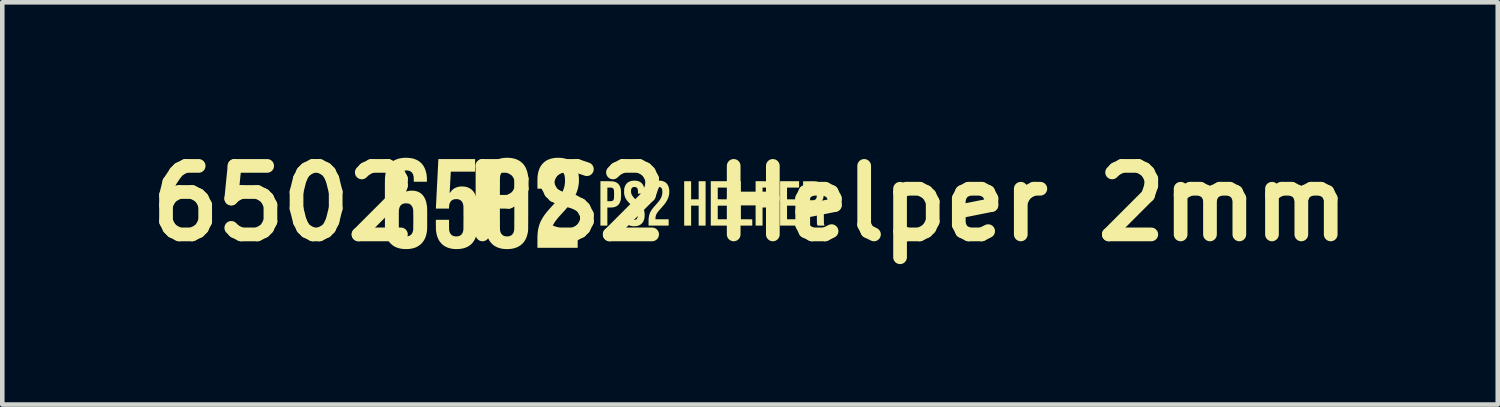
<source format=kicad_pcb>
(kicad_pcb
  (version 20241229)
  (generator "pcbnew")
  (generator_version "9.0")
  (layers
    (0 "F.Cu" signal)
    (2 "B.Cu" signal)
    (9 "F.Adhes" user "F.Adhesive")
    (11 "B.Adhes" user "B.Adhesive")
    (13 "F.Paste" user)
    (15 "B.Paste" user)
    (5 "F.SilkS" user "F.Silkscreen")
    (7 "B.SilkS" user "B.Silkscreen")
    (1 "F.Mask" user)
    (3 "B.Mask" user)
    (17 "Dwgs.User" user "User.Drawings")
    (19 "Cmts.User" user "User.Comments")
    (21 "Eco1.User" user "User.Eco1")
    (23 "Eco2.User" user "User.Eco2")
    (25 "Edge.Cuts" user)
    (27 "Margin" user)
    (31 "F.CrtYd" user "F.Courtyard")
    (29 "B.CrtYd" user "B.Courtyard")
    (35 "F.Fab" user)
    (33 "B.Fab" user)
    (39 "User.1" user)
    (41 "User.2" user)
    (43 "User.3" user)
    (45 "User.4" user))
  (footprint "6502 PS2 Helper 2mm"
    (layer "F.Cu")
    (at 13.371 1.404)
    (property "Reference" "6502 PS2 Helper 2mm" (at 0 0 0) (layer "F.SilkS") (effects (font (size 1.5 1.5) (thickness 0.3))))
    (attr board_only exclude_from_pos_files exclude_from_bom)
    (fp_poly (pts (xy -0.202 -0.069) (xy -0.202 0.347) (xy -0.077 0.347) (xy 0.049 0.348) (xy 0.05 0.417) (xy 0.05 0.486) (xy -0.152 0.486) (xy -0.354 0.486) (xy -0.354 -0.000001) (xy -0.354 -0.486) (xy -0.278 -0.486) (xy -0.202 -0.486)) (stroke (width 0) (type solid)) (fill yes) (layer "F.SilkS"))
    (fp_poly (pts (xy -1.289 -0.288) (xy -1.289 -0.09) (xy -1.206 -0.09) (xy -1.124 -0.09) (xy -1.124 -0.288) (xy -1.124 -0.486) (xy -1.048 -0.486) (xy -0.972 -0.486) (xy -0.972 -0.000001) (xy -0.972 0.486) (xy -1.048 0.486) (xy -1.124 0.486) (xy -1.124 0.267) (xy -1.124 0.049) (xy -1.206 0.049) (xy -1.289 0.049) (xy -1.289 0.267) (xy -1.289 0.486) (xy -1.365 0.486) (xy -1.441 0.486) (xy -1.441 -0.000001) (xy -1.441 -0.486) (xy -1.365 -0.486) (xy -1.289 -0.486)) (stroke (width 0) (type solid)) (fill yes) (layer "F.SilkS"))
    (fp_poly (pts (xy -0.442 -0.416) (xy -0.442 -0.347) (xy -0.574 -0.347) (xy -0.706 -0.347) (xy -0.706 -0.219) (xy -0.706 -0.091) (xy -0.601 -0.09) (xy -0.497 -0.09) (xy -0.497 -0.02) (xy -0.497 0.049) (xy -0.602 0.049) (xy -0.706 0.049) (xy -0.706 0.198) (xy -0.706 0.347) (xy -0.574 0.347) (xy -0.442 0.347) (xy -0.442 0.416) (xy -0.442 0.486) (xy -0.651 0.486) (xy -0.859 0.486) (xy -0.859 -0.000001) (xy -0.859 -0.486) (xy -0.651 -0.486) (xy -0.442 -0.486)) (stroke (width 0) (type solid)) (fill yes) (layer "F.SilkS"))
    (fp_poly (pts (xy 1.075 -0.416) (xy 1.075 -0.347) (xy 0.943 -0.347) (xy 0.811 -0.347) (xy 0.811 -0.218) (xy 0.811 -0.09) (xy 0.916 -0.09) (xy 1.021 -0.09) (xy 1.021 -0.021) (xy 1.02 0.048) (xy 0.916 0.049) (xy 0.811 0.049) (xy 0.811 0.198) (xy 0.811 0.347) (xy 0.943 0.347) (xy 1.075 0.347) (xy 1.075 0.416) (xy 1.075 0.486) (xy 0.867 0.486) (xy 0.659 0.486) (xy 0.659 -0.000001) (xy 0.659 -0.486) (xy 0.867 -0.486) (xy 1.075 -0.486)) (stroke (width 0) (type solid)) (fill yes) (layer "F.SilkS"))
    (fp_poly (pts (xy -3.127 -0.486) (xy -3.105 -0.486) (xy -3.087 -0.486) (xy -3.07 -0.485) (xy -3.057 -0.485) (xy -3.045 -0.485) (xy -3.035 -0.485) (xy -3.027 -0.484) (xy -3.02 -0.484) (xy -3.014 -0.484) (xy -3.009 -0.483) (xy -3.008 -0.483) (xy -2.98 -0.478) (xy -2.954 -0.471) (xy -2.931 -0.461) (xy -2.91 -0.449) (xy -2.891 -0.435) (xy -2.875 -0.418) (xy -2.861 -0.398) (xy -2.849 -0.376) (xy -2.839 -0.352) (xy -2.832 -0.324) (xy -2.829 -0.313) (xy -2.828 -0.301) (xy -2.826 -0.287) (xy -2.825 -0.27) (xy -2.824 -0.251) (xy -2.824 -0.231) (xy -2.823 -0.21) (xy -2.823 -0.189) (xy -2.824 -0.168) (xy -2.824 -0.147) (xy -2.825 -0.128) (xy -2.826 -0.111) (xy -2.827 -0.096) (xy -2.829 -0.084) (xy -2.829 -0.083) (xy -2.836 -0.055) (xy -2.845 -0.029) (xy -2.856 -0.006) (xy -2.869 0.014) (xy -2.884 0.032) (xy -2.902 0.048) (xy -2.922 0.061) (xy -2.944 0.072) (xy -2.969 0.08) (xy -2.971 0.08) (xy -2.983 0.083) (xy -2.994 0.085) (xy -3.005 0.087) (xy -3.018 0.088) (xy -3.032 0.089) (xy -3.048 0.089) (xy -3.067 0.09) (xy -3.075 0.09) (xy -3.123 0.09) (xy -3.123 0.288) (xy -3.123 0.486) (xy -3.199 0.486) (xy -3.275 0.486) (xy -3.275 -0.000001) (xy -3.275 -0.198) (xy -3.123 -0.198) (xy -3.123 -0.049) (xy -3.079 -0.049) (xy -3.063 -0.049) (xy -3.051 -0.049) (xy -3.041 -0.05) (xy -3.033 -0.05) (xy -3.028 -0.051) (xy -3.027 -0.051) (xy -3.013 -0.056) (xy -3.002 -0.063) (xy -2.993 -0.072) (xy -2.986 -0.083) (xy -2.981 -0.098) (xy -2.979 -0.104) (xy -2.979 -0.108) (xy -2.978 -0.112) (xy -2.978 -0.116) (xy -2.977 -0.122) (xy -2.977 -0.128) (xy -2.977 -0.137) (xy -2.977 -0.147) (xy -2.976 -0.16) (xy -2.976 -0.176) (xy -2.976 -0.194) (xy -2.976 -0.198) (xy -2.976 -0.217) (xy -2.976 -0.233) (xy -2.977 -0.246) (xy -2.977 -0.257) (xy -2.977 -0.266) (xy -2.977 -0.273) (xy -2.978 -0.279) (xy -2.978 -0.284) (xy -2.979 -0.287) (xy -2.979 -0.291) (xy -2.979 -0.292) (xy -2.984 -0.307) (xy -2.99 -0.319) (xy -2.997 -0.329) (xy -3.007 -0.336) (xy -3.01 -0.338) (xy -3.015 -0.341) (xy -3.021 -0.343) (xy -3.026 -0.344) (xy -3.032 -0.345) (xy -3.039 -0.346) (xy -3.048 -0.346) (xy -3.059 -0.347) (xy -3.072 -0.347) (xy -3.079 -0.347) (xy -3.123 -0.347) (xy -3.123 -0.198) (xy -3.275 -0.198) (xy -3.275 -0.486) (xy -3.152 -0.486)) (stroke (width 0) (type solid)) (fill yes) (layer "F.SilkS"))
    (fp_poly (pts (xy 0.273 -0.486) (xy 0.297 -0.486) (xy 0.317 -0.485) (xy 0.335 -0.485) (xy 0.351 -0.485) (xy 0.364 -0.485) (xy 0.376 -0.484) (xy 0.386 -0.483) (xy 0.395 -0.483) (xy 0.403 -0.482) (xy 0.411 -0.481) (xy 0.417 -0.479) (xy 0.424 -0.478) (xy 0.431 -0.476) (xy 0.438 -0.473) (xy 0.44 -0.473) (xy 0.463 -0.464) (xy 0.484 -0.453) (xy 0.503 -0.439) (xy 0.515 -0.427) (xy 0.529 -0.411) (xy 0.541 -0.394) (xy 0.551 -0.376) (xy 0.559 -0.356) (xy 0.565 -0.333) (xy 0.57 -0.308) (xy 0.571 -0.308) (xy 0.571 -0.304) (xy 0.572 -0.299) (xy 0.572 -0.295) (xy 0.573 -0.289) (xy 0.573 -0.282) (xy 0.573 -0.274) (xy 0.573 -0.264) (xy 0.573 -0.252) (xy 0.574 -0.238) (xy 0.574 -0.221) (xy 0.574 -0.2) (xy 0.574 -0.198) (xy 0.574 -0.176) (xy 0.574 -0.158) (xy 0.573 -0.142) (xy 0.573 -0.128) (xy 0.573 -0.116) (xy 0.572 -0.106) (xy 0.572 -0.098) (xy 0.571 -0.09) (xy 0.57 -0.083) (xy 0.569 -0.077) (xy 0.567 -0.07) (xy 0.565 -0.063) (xy 0.564 -0.058) (xy 0.556 -0.032) (xy 0.545 -0.009) (xy 0.532 0.012) (xy 0.517 0.03) (xy 0.499 0.046) (xy 0.479 0.059) (xy 0.457 0.07) (xy 0.432 0.079) (xy 0.405 0.086) (xy 0.4 0.086) (xy 0.393 0.087) (xy 0.385 0.088) (xy 0.375 0.088) (xy 0.362 0.089) (xy 0.347 0.089) (xy 0.333 0.089) (xy 0.275 0.09) (xy 0.275 0.288) (xy 0.275 0.486) (xy 0.199 0.486) (xy 0.123 0.486) (xy 0.123 -0.000001) (xy 0.123 -0.198) (xy 0.275 -0.198) (xy 0.275 -0.049) (xy 0.319 -0.049) (xy 0.335 -0.049) (xy 0.348 -0.049) (xy 0.357 -0.05) (xy 0.365 -0.05) (xy 0.37 -0.051) (xy 0.373 -0.051) (xy 0.386 -0.056) (xy 0.397 -0.063) (xy 0.406 -0.073) (xy 0.413 -0.084) (xy 0.418 -0.099) (xy 0.42 -0.106) (xy 0.42 -0.111) (xy 0.421 -0.119) (xy 0.421 -0.13) (xy 0.422 -0.143) (xy 0.422 -0.157) (xy 0.422 -0.173) (xy 0.422 -0.189) (xy 0.422 -0.206) (xy 0.422 -0.222) (xy 0.422 -0.237) (xy 0.422 -0.252) (xy 0.421 -0.265) (xy 0.421 -0.276) (xy 0.42 -0.284) (xy 0.42 -0.29) (xy 0.42 -0.29) (xy 0.416 -0.306) (xy 0.41 -0.318) (xy 0.402 -0.328) (xy 0.392 -0.336) (xy 0.39 -0.337) (xy 0.385 -0.34) (xy 0.38 -0.342) (xy 0.375 -0.344) (xy 0.369 -0.345) (xy 0.362 -0.346) (xy 0.353 -0.346) (xy 0.342 -0.347) (xy 0.329 -0.347) (xy 0.319 -0.347) (xy 0.275 -0.347) (xy 0.275 -0.198) (xy 0.123 -0.198) (xy 0.123 -0.486) (xy 0.247 -0.486)) (stroke (width 0) (type solid)) (fill yes) (layer "F.SilkS"))
    (fp_poly (pts (xy -1.972 -0.499) (xy -1.96 -0.498) (xy -1.956 -0.498) (xy -1.927 -0.493) (xy -1.901 -0.485) (xy -1.878 -0.476) (xy -1.856 -0.464) (xy -1.837 -0.449) (xy -1.82 -0.432) (xy -1.808 -0.415) (xy -1.796 -0.396) (xy -1.786 -0.374) (xy -1.779 -0.351) (xy -1.773 -0.326) (xy -1.769 -0.299) (xy -1.767 -0.281) (xy -1.767 -0.246) (xy -1.769 -0.211) (xy -1.775 -0.177) (xy -1.784 -0.143) (xy -1.796 -0.11) (xy -1.812 -0.076) (xy -1.831 -0.043) (xy -1.839 -0.03) (xy -1.849 -0.015) (xy -1.859 -0.00035) (xy -1.871 0.015) (xy -1.884 0.031) (xy -1.898 0.048) (xy -1.914 0.066) (xy -1.931 0.087) (xy -1.951 0.108) (xy -1.971 0.131) (xy -1.989 0.151) (xy -2.004 0.169) (xy -2.018 0.187) (xy -2.029 0.203) (xy -2.039 0.217) (xy -2.047 0.232) (xy -2.054 0.246) (xy -2.059 0.259) (xy -2.063 0.273) (xy -2.066 0.287) (xy -2.068 0.302) (xy -2.069 0.317) (xy -2.07 0.324) (xy -2.071 0.347) (xy -1.926 0.347) (xy -1.781 0.347) (xy -1.781 0.416) (xy -1.781 0.486) (xy -2.001 0.486) (xy -2.221 0.486) (xy -2.221 0.422) (xy -2.221 0.399) (xy -2.221 0.38) (xy -2.22 0.363) (xy -2.22 0.348) (xy -2.219 0.335) (xy -2.218 0.323) (xy -2.217 0.311) (xy -2.215 0.3) (xy -2.214 0.293) (xy -2.209 0.266) (xy -2.201 0.239) (xy -2.193 0.214) (xy -2.182 0.19) (xy -2.168 0.165) (xy -2.153 0.14) (xy -2.134 0.115) (xy -2.127 0.105) (xy -2.122 0.099) (xy -2.117 0.093) (xy -2.112 0.086) (xy -2.106 0.08) (xy -2.099 0.072) (xy -2.091 0.063) (xy -2.082 0.053) (xy -2.071 0.041) (xy -2.059 0.027) (xy -2.055 0.022) (xy -2.031 -0.005) (xy -2.01 -0.03) (xy -1.991 -0.054) (xy -1.975 -0.076) (xy -1.962 -0.098) (xy -1.95 -0.12) (xy -1.94 -0.14) (xy -1.933 -0.161) (xy -1.927 -0.182) (xy -1.923 -0.203) (xy -1.92 -0.225) (xy -1.92 -0.227) (xy -1.919 -0.24) (xy -1.919 -0.255) (xy -1.92 -0.27) (xy -1.921 -0.285) (xy -1.923 -0.298) (xy -1.924 -0.304) (xy -1.929 -0.32) (xy -1.937 -0.333) (xy -1.946 -0.344) (xy -1.958 -0.352) (xy -1.972 -0.358) (xy -1.984 -0.36) (xy -2.003 -0.361) (xy -2.019 -0.359) (xy -2.034 -0.354) (xy -2.046 -0.347) (xy -2.057 -0.337) (xy -2.065 -0.325) (xy -2.07 -0.313) (xy -2.072 -0.307) (xy -2.073 -0.3) (xy -2.075 -0.293) (xy -2.075 -0.284) (xy -2.076 -0.273) (xy -2.077 -0.26) (xy -2.077 -0.245) (xy -2.077 -0.227) (xy -2.077 -0.218) (xy -2.077 -0.161) (xy -2.149 -0.161) (xy -2.221 -0.161) (xy -2.221 -0.22) (xy -2.221 -0.243) (xy -2.22 -0.264) (xy -2.22 -0.283) (xy -2.218 -0.299) (xy -2.217 -0.313) (xy -2.215 -0.327) (xy -2.212 -0.34) (xy -2.208 -0.352) (xy -2.205 -0.364) (xy -2.204 -0.367) (xy -2.193 -0.391) (xy -2.181 -0.413) (xy -2.166 -0.433) (xy -2.148 -0.45) (xy -2.129 -0.465) (xy -2.107 -0.477) (xy -2.083 -0.487) (xy -2.056 -0.494) (xy -2.049 -0.495) (xy -2.039 -0.496) (xy -2.027 -0.498) (xy -2.014 -0.498) (xy -1.999 -0.499) (xy -1.985 -0.499)) (stroke (width 0) (type solid)) (fill yes) (layer "F.SilkS"))
    (fp_poly (pts (xy -2.502 -0.498) (xy -2.478 -0.495) (xy -2.457 -0.491) (xy -2.433 -0.483) (xy -2.41 -0.472) (xy -2.39 -0.459) (xy -2.372 -0.443) (xy -2.356 -0.425) (xy -2.342 -0.404) (xy -2.331 -0.381) (xy -2.322 -0.355) (xy -2.32 -0.348) (xy -2.317 -0.335) (xy -2.314 -0.322) (xy -2.312 -0.309) (xy -2.311 -0.295) (xy -2.31 -0.278) (xy -2.309 -0.259) (xy -2.309 -0.256) (xy -2.308 -0.215) (xy -2.381 -0.215) (xy -2.453 -0.215) (xy -2.453 -0.245) (xy -2.453 -0.263) (xy -2.454 -0.278) (xy -2.455 -0.291) (xy -2.457 -0.303) (xy -2.459 -0.313) (xy -2.46 -0.314) (xy -2.465 -0.328) (xy -2.474 -0.339) (xy -2.484 -0.349) (xy -2.497 -0.355) (xy -2.512 -0.359) (xy -2.529 -0.361) (xy -2.53 -0.361) (xy -2.538 -0.36) (xy -2.545 -0.36) (xy -2.551 -0.359) (xy -2.553 -0.359) (xy -2.567 -0.353) (xy -2.578 -0.346) (xy -2.588 -0.336) (xy -2.595 -0.323) (xy -2.601 -0.308) (xy -2.604 -0.29) (xy -2.605 -0.269) (xy -2.605 -0.268) (xy -2.605 -0.251) (xy -2.603 -0.236) (xy -2.6 -0.22) (xy -2.595 -0.205) (xy -2.588 -0.19) (xy -2.58 -0.175) (xy -2.57 -0.16) (xy -2.558 -0.144) (xy -2.543 -0.127) (xy -2.527 -0.109) (xy -2.507 -0.089) (xy -2.485 -0.069) (xy -2.472 -0.057) (xy -2.447 -0.033) (xy -2.424 -0.011) (xy -2.404 0.01) (xy -2.387 0.029) (xy -2.371 0.049) (xy -2.358 0.067) (xy -2.347 0.086) (xy -2.337 0.104) (xy -2.329 0.123) (xy -2.322 0.142) (xy -2.317 0.159) (xy -2.312 0.187) (xy -2.308 0.216) (xy -2.307 0.247) (xy -2.307 0.277) (xy -2.31 0.307) (xy -2.315 0.335) (xy -2.317 0.346) (xy -2.326 0.372) (xy -2.337 0.396) (xy -2.35 0.417) (xy -2.366 0.436) (xy -2.384 0.453) (xy -2.404 0.467) (xy -2.427 0.479) (xy -2.452 0.488) (xy -2.476 0.494) (xy -2.486 0.496) (xy -2.499 0.497) (xy -2.513 0.498) (xy -2.528 0.499) (xy -2.543 0.499) (xy -2.557 0.499) (xy -2.57 0.498) (xy -2.58 0.497) (xy -2.581 0.497) (xy -2.609 0.491) (xy -2.635 0.483) (xy -2.658 0.472) (xy -2.678 0.459) (xy -2.697 0.444) (xy -2.713 0.426) (xy -2.727 0.405) (xy -2.738 0.383) (xy -2.747 0.357) (xy -2.754 0.33) (xy -2.756 0.317) (xy -2.758 0.305) (xy -2.759 0.293) (xy -2.76 0.279) (xy -2.76 0.264) (xy -2.761 0.247) (xy -2.761 0.239) (xy -2.761 0.2) (xy -2.689 0.2) (xy -2.617 0.2) (xy -2.617 0.241) (xy -2.617 0.258) (xy -2.616 0.272) (xy -2.615 0.284) (xy -2.614 0.295) (xy -2.613 0.303) (xy -2.611 0.311) (xy -2.609 0.316) (xy -2.602 0.33) (xy -2.593 0.341) (xy -2.583 0.35) (xy -2.57 0.356) (xy -2.554 0.36) (xy -2.538 0.361) (xy -2.521 0.36) (xy -2.507 0.356) (xy -2.495 0.351) (xy -2.485 0.344) (xy -2.48 0.34) (xy -2.473 0.331) (xy -2.468 0.32) (xy -2.464 0.308) (xy -2.461 0.294) (xy -2.459 0.277) (xy -2.459 0.262) (xy -2.46 0.239) (xy -2.463 0.217) (xy -2.468 0.197) (xy -2.476 0.177) (xy -2.478 0.172) (xy -2.484 0.16) (xy -2.491 0.149) (xy -2.499 0.137) (xy -2.509 0.125) (xy -2.52 0.112) (xy -2.533 0.098) (xy -2.548 0.082) (xy -2.566 0.065) (xy -2.586 0.047) (xy -2.597 0.037) (xy -2.622 0.013) (xy -2.645 -0.01) (xy -2.665 -0.031) (xy -2.683 -0.052) (xy -2.698 -0.072) (xy -2.712 -0.092) (xy -2.723 -0.111) (xy -2.733 -0.131) (xy -2.74 -0.152) (xy -2.747 -0.173) (xy -2.752 -0.193) (xy -2.753 -0.199) (xy -2.754 -0.205) (xy -2.755 -0.211) (xy -2.756 -0.217) (xy -2.756 -0.224) (xy -2.756 -0.232) (xy -2.756 -0.242) (xy -2.756 -0.255) (xy -2.756 -0.259) (xy -2.756 -0.277) (xy -2.756 -0.293) (xy -2.755 -0.307) (xy -2.754 -0.319) (xy -2.752 -0.33) (xy -2.749 -0.342) (xy -2.745 -0.353) (xy -2.743 -0.362) (xy -2.733 -0.387) (xy -2.72 -0.409) (xy -2.706 -0.429) (xy -2.689 -0.447) (xy -2.67 -0.462) (xy -2.648 -0.475) (xy -2.624 -0.485) (xy -2.599 -0.492) (xy -2.577 -0.496) (xy -2.552 -0.499) (xy -2.527 -0.499)) (stroke (width 0) (type solid)) (fill yes) (layer "F.SilkS"))
    (fp_poly (pts (xy 1.298 -0.485) (xy 1.324 -0.485) (xy 1.346 -0.485) (xy 1.366 -0.485) (xy 1.383 -0.485) (xy 1.397 -0.484) (xy 1.41 -0.484) (xy 1.421 -0.484) (xy 1.43 -0.483) (xy 1.438 -0.483) (xy 1.445 -0.482) (xy 1.451 -0.482) (xy 1.456 -0.481) (xy 1.462 -0.48) (xy 1.467 -0.478) (xy 1.473 -0.477) (xy 1.479 -0.475) (xy 1.503 -0.467) (xy 1.525 -0.457) (xy 1.544 -0.445) (xy 1.56 -0.431) (xy 1.575 -0.414) (xy 1.587 -0.394) (xy 1.591 -0.385) (xy 1.598 -0.37) (xy 1.603 -0.354) (xy 1.607 -0.336) (xy 1.611 -0.317) (xy 1.613 -0.296) (xy 1.614 -0.273) (xy 1.615 -0.246) (xy 1.615 -0.236) (xy 1.615 -0.208) (xy 1.614 -0.183) (xy 1.612 -0.16) (xy 1.609 -0.14) (xy 1.605 -0.122) (xy 1.601 -0.105) (xy 1.595 -0.091) (xy 1.588 -0.077) (xy 1.58 -0.064) (xy 1.579 -0.063) (xy 1.57 -0.051) (xy 1.558 -0.039) (xy 1.545 -0.028) (xy 1.531 -0.019) (xy 1.522 -0.015) (xy 1.518 -0.012) (xy 1.516 -0.01) (xy 1.516 -0.01) (xy 1.517 -0.009) (xy 1.521 -0.006) (xy 1.527 -0.004) (xy 1.529 -0.003) (xy 1.546 0.006) (xy 1.561 0.017) (xy 1.574 0.029) (xy 1.585 0.044) (xy 1.594 0.062) (xy 1.601 0.082) (xy 1.606 0.099) (xy 1.607 0.106) (xy 1.609 0.112) (xy 1.61 0.119) (xy 1.611 0.125) (xy 1.612 0.132) (xy 1.613 0.14) (xy 1.614 0.148) (xy 1.614 0.158) (xy 1.615 0.169) (xy 1.615 0.182) (xy 1.615 0.197) (xy 1.616 0.214) (xy 1.616 0.233) (xy 1.616 0.256) (xy 1.617 0.281) (xy 1.617 0.297) (xy 1.617 0.322) (xy 1.617 0.344) (xy 1.617 0.363) (xy 1.618 0.379) (xy 1.618 0.393) (xy 1.618 0.405) (xy 1.618 0.415) (xy 1.619 0.423) (xy 1.619 0.429) (xy 1.619 0.435) (xy 1.62 0.439) (xy 1.62 0.443) (xy 1.621 0.446) (xy 1.621 0.449) (xy 1.621 0.451) (xy 1.623 0.459) (xy 1.626 0.467) (xy 1.628 0.474) (xy 1.628 0.475) (xy 1.63 0.48) (xy 1.632 0.484) (xy 1.632 0.485) (xy 1.63 0.485) (xy 1.626 0.485) (xy 1.618 0.485) (xy 1.609 0.485) (xy 1.597 0.486) (xy 1.583 0.486) (xy 1.568 0.486) (xy 1.555 0.486) (xy 1.478 0.486) (xy 1.476 0.481) (xy 1.475 0.477) (xy 1.473 0.471) (xy 1.471 0.464) (xy 1.47 0.459) (xy 1.466 0.441) (xy 1.464 0.299) (xy 1.464 0.272) (xy 1.464 0.249) (xy 1.464 0.228) (xy 1.463 0.211) (xy 1.463 0.196) (xy 1.463 0.183) (xy 1.463 0.172) (xy 1.462 0.164) (xy 1.462 0.157) (xy 1.462 0.151) (xy 1.461 0.147) (xy 1.461 0.143) (xy 1.461 0.143) (xy 1.457 0.126) (xy 1.451 0.111) (xy 1.445 0.1) (xy 1.437 0.09) (xy 1.427 0.083) (xy 1.414 0.077) (xy 1.408 0.074) (xy 1.404 0.073) (xy 1.4 0.072) (xy 1.395 0.071) (xy 1.389 0.071) (xy 1.382 0.07) (xy 1.372 0.07) (xy 1.36 0.07) (xy 1.356 0.07) (xy 1.316 0.069) (xy 1.316 0.277) (xy 1.316 0.486) (xy 1.239 0.486) (xy 1.163 0.486) (xy 1.163 -0.000085) (xy 1.163 -0.208) (xy 1.316 -0.208) (xy 1.316 -0.069) (xy 1.356 -0.07) (xy 1.37 -0.07) (xy 1.381 -0.071) (xy 1.389 -0.071) (xy 1.396 -0.072) (xy 1.401 -0.072) (xy 1.405 -0.073) (xy 1.405 -0.074) (xy 1.42 -0.079) (xy 1.432 -0.087) (xy 1.442 -0.096) (xy 1.449 -0.107) (xy 1.456 -0.121) (xy 1.458 -0.13) (xy 1.459 -0.134) (xy 1.46 -0.137) (xy 1.46 -0.141) (xy 1.461 -0.145) (xy 1.461 -0.151) (xy 1.461 -0.158) (xy 1.462 -0.167) (xy 1.462 -0.178) (xy 1.462 -0.192) (xy 1.462 -0.208) (xy 1.462 -0.227) (xy 1.462 -0.243) (xy 1.461 -0.256) (xy 1.461 -0.268) (xy 1.46 -0.277) (xy 1.459 -0.285) (xy 1.458 -0.291) (xy 1.457 -0.297) (xy 1.455 -0.303) (xy 1.452 -0.308) (xy 1.45 -0.313) (xy 1.443 -0.324) (xy 1.434 -0.333) (xy 1.422 -0.34) (xy 1.418 -0.342) (xy 1.414 -0.343) (xy 1.411 -0.344) (xy 1.408 -0.345) (xy 1.404 -0.345) (xy 1.398 -0.346) (xy 1.391 -0.346) (xy 1.381 -0.346) (xy 1.369 -0.346) (xy 1.362 -0.347) (xy 1.316 -0.347) (xy 1.316 -0.208) (xy 1.163 -0.208) (xy 1.163 -0.486)) (stroke (width 0) (type solid)) (fill yes) (layer "F.SilkS"))
    (fp_poly (pts (xy -4.183 -0.999) (xy -4.168 -0.999) (xy -4.154 -0.998) (xy -4.143 -0.998) (xy -4.135 -0.997) (xy -4.095 -0.991) (xy -4.057 -0.984) (xy -4.022 -0.974) (xy -3.989 -0.962) (xy -3.958 -0.948) (xy -3.93 -0.931) (xy -3.903 -0.912) (xy -3.899 -0.908) (xy -3.892 -0.903) (xy -3.885 -0.896) (xy -3.876 -0.888) (xy -3.868 -0.88) (xy -3.866 -0.878) (xy -3.843 -0.852) (xy -3.823 -0.823) (xy -3.805 -0.792) (xy -3.789 -0.759) (xy -3.775 -0.723) (xy -3.764 -0.685) (xy -3.756 -0.645) (xy -3.75 -0.602) (xy -3.747 -0.575) (xy -3.746 -0.562) (xy -3.746 -0.545) (xy -3.746 -0.528) (xy -3.746 -0.509) (xy -3.746 -0.491) (xy -3.746 -0.473) (xy -3.747 -0.458) (xy -3.748 -0.447) (xy -3.753 -0.405) (xy -3.76 -0.364) (xy -3.769 -0.324) (xy -3.781 -0.284) (xy -3.794 -0.245) (xy -3.811 -0.205) (xy -3.829 -0.165) (xy -3.851 -0.125) (xy -3.875 -0.084) (xy -3.902 -0.043) (xy -3.931 -0.001) (xy -3.964 0.042) (xy -3.999 0.086) (xy -4.008 0.096) (xy -4.021 0.112) (xy -4.034 0.127) (xy -4.047 0.142) (xy -4.06 0.157) (xy -4.075 0.174) (xy -4.091 0.191) (xy -4.108 0.21) (xy -4.118 0.22) (xy -4.146 0.251) (xy -4.172 0.28) (xy -4.196 0.307) (xy -4.217 0.333) (xy -4.236 0.357) (xy -4.254 0.379) (xy -4.269 0.401) (xy -4.283 0.422) (xy -4.295 0.442) (xy -4.306 0.461) (xy -4.315 0.48) (xy -4.323 0.499) (xy -4.33 0.518) (xy -4.336 0.537) (xy -4.34 0.551) (xy -4.344 0.569) (xy -4.347 0.587) (xy -4.35 0.606) (xy -4.351 0.626) (xy -4.352 0.649) (xy -4.352 0.655) (xy -4.352 0.695) (xy -4.062 0.695) (xy -3.773 0.695) (xy -3.773 0.833) (xy -3.773 0.971) (xy -4.213 0.971) (xy -4.654 0.971) (xy -4.654 0.842) (xy -4.654 0.821) (xy -4.654 0.8) (xy -4.654 0.779) (xy -4.654 0.76) (xy -4.654 0.742) (xy -4.653 0.726) (xy -4.653 0.712) (xy -4.653 0.701) (xy -4.653 0.692) (xy -4.652 0.687) (xy -4.648 0.638) (xy -4.642 0.591) (xy -4.634 0.547) (xy -4.623 0.504) (xy -4.611 0.463) (xy -4.596 0.423) (xy -4.578 0.384) (xy -4.557 0.345) (xy -4.534 0.305) (xy -4.508 0.266) (xy -4.486 0.235) (xy -4.472 0.218) (xy -4.459 0.2) (xy -4.445 0.183) (xy -4.43 0.165) (xy -4.414 0.147) (xy -4.397 0.127) (xy -4.378 0.106) (xy -4.357 0.083) (xy -4.352 0.078) (xy -4.319 0.041) (xy -4.287 0.006) (xy -4.259 -0.027) (xy -4.233 -0.059) (xy -4.209 -0.089) (xy -4.187 -0.118) (xy -4.167 -0.146) (xy -4.15 -0.173) (xy -4.134 -0.2) (xy -4.119 -0.226) (xy -4.107 -0.251) (xy -4.095 -0.276) (xy -4.086 -0.301) (xy -4.078 -0.322) (xy -4.068 -0.356) (xy -4.06 -0.39) (xy -4.055 -0.423) (xy -4.052 -0.456) (xy -4.05 -0.492) (xy -4.051 -0.518) (xy -4.052 -0.547) (xy -4.054 -0.573) (xy -4.058 -0.596) (xy -4.062 -0.616) (xy -4.068 -0.635) (xy -4.076 -0.651) (xy -4.084 -0.665) (xy -4.095 -0.678) (xy -4.096 -0.68) (xy -4.111 -0.693) (xy -4.128 -0.704) (xy -4.146 -0.712) (xy -4.167 -0.718) (xy -4.189 -0.721) (xy -4.198 -0.722) (xy -4.222 -0.722) (xy -4.245 -0.719) (xy -4.266 -0.714) (xy -4.286 -0.706) (xy -4.303 -0.696) (xy -4.31 -0.691) (xy -4.323 -0.678) (xy -4.335 -0.663) (xy -4.344 -0.646) (xy -4.352 -0.627) (xy -4.359 -0.605) (xy -4.362 -0.592) (xy -4.362 -0.588) (xy -4.363 -0.585) (xy -4.363 -0.581) (xy -4.364 -0.577) (xy -4.364 -0.572) (xy -4.365 -0.566) (xy -4.365 -0.559) (xy -4.365 -0.55) (xy -4.365 -0.539) (xy -4.365 -0.526) (xy -4.366 -0.511) (xy -4.366 -0.493) (xy -4.366 -0.473) (xy -4.366 -0.449) (xy -4.366 -0.449) (xy -4.367 -0.323) (xy -4.51 -0.323) (xy -4.654 -0.323) (xy -4.654 -0.438) (xy -4.654 -0.463) (xy -4.654 -0.486) (xy -4.654 -0.505) (xy -4.654 -0.523) (xy -4.653 -0.538) (xy -4.653 -0.551) (xy -4.653 -0.563) (xy -4.652 -0.574) (xy -4.651 -0.584) (xy -4.651 -0.593) (xy -4.65 -0.603) (xy -4.649 -0.612) (xy -4.647 -0.622) (xy -4.64 -0.663) (xy -4.631 -0.701) (xy -4.619 -0.738) (xy -4.605 -0.773) (xy -4.588 -0.805) (xy -4.569 -0.835) (xy -4.547 -0.863) (xy -4.523 -0.888) (xy -4.497 -0.911) (xy -4.471 -0.93) (xy -4.443 -0.947) (xy -4.412 -0.961) (xy -4.379 -0.973) (xy -4.344 -0.984) (xy -4.306 -0.991) (xy -4.266 -0.997) (xy -4.265 -0.997) (xy -4.256 -0.998) (xy -4.244 -0.998) (xy -4.23 -0.999) (xy -4.215 -0.999) (xy -4.199 -0.999)) (stroke (width 0) (type solid)) (fill yes) (layer "F.SilkS"))
    (fp_poly (pts (xy -6.018 -0.833) (xy -6.018 -0.695) (xy -6.284 -0.695) (xy -6.551 -0.695) (xy -6.552 -0.681) (xy -6.552 -0.678) (xy -6.552 -0.671) (xy -6.553 -0.662) (xy -6.554 -0.65) (xy -6.554 -0.635) (xy -6.555 -0.618) (xy -6.556 -0.599) (xy -6.557 -0.578) (xy -6.559 -0.556) (xy -6.56 -0.532) (xy -6.561 -0.507) (xy -6.563 -0.481) (xy -6.564 -0.462) (xy -6.565 -0.436) (xy -6.566 -0.41) (xy -6.568 -0.385) (xy -6.569 -0.362) (xy -6.57 -0.34) (xy -6.571 -0.32) (xy -6.572 -0.301) (xy -6.573 -0.285) (xy -6.574 -0.271) (xy -6.575 -0.26) (xy -6.575 -0.251) (xy -6.575 -0.245) (xy -6.576 -0.243) (xy -6.576 -0.237) (xy -6.576 -0.233) (xy -6.575 -0.231) (xy -6.574 -0.23) (xy -6.573 -0.23) (xy -6.571 -0.232) (xy -6.567 -0.236) (xy -6.562 -0.243) (xy -6.561 -0.244) (xy -6.542 -0.269) (xy -6.521 -0.292) (xy -6.499 -0.312) (xy -6.474 -0.329) (xy -6.447 -0.343) (xy -6.419 -0.354) (xy -6.389 -0.363) (xy -6.358 -0.369) (xy -6.324 -0.372) (xy -6.291 -0.372) (xy -6.257 -0.369) (xy -6.225 -0.364) (xy -6.194 -0.356) (xy -6.166 -0.346) (xy -6.14 -0.333) (xy -6.12 -0.321) (xy -6.097 -0.304) (xy -6.075 -0.283) (xy -6.056 -0.26) (xy -6.038 -0.234) (xy -6.022 -0.206) (xy -6.009 -0.175) (xy -5.997 -0.142) (xy -5.987 -0.107) (xy -5.979 -0.069) (xy -5.977 -0.055) (xy -5.976 -0.047) (xy -5.975 -0.04) (xy -5.974 -0.034) (xy -5.974 -0.027) (xy -5.973 -0.02) (xy -5.972 -0.013) (xy -5.972 -0.006) (xy -5.971 0.002) (xy -5.971 0.011) (xy -5.97 0.021) (xy -5.97 0.032) (xy -5.97 0.045) (xy -5.97 0.059) (xy -5.969 0.075) (xy -5.969 0.093) (xy -5.969 0.113) (xy -5.969 0.135) (xy -5.969 0.159) (xy -5.969 0.187) (xy -5.969 0.217) (xy -5.969 0.25) (xy -5.969 0.286) (xy -5.969 0.289) (xy -5.969 0.327) (xy -5.969 0.364) (xy -5.969 0.397) (xy -5.969 0.428) (xy -5.969 0.457) (xy -5.969 0.482) (xy -5.969 0.505) (xy -5.97 0.525) (xy -5.97 0.541) (xy -5.97 0.555) (xy -5.97 0.565) (xy -5.97 0.573) (xy -5.971 0.575) (xy -5.975 0.619) (xy -5.982 0.661) (xy -5.992 0.701) (xy -6.004 0.738) (xy -6.018 0.772) (xy -6.035 0.805) (xy -6.054 0.835) (xy -6.076 0.863) (xy -6.099 0.888) (xy -6.126 0.911) (xy -6.152 0.93) (xy -6.18 0.947) (xy -6.211 0.961) (xy -6.244 0.974) (xy -6.28 0.984) (xy -6.318 0.991) (xy -6.356 0.997) (xy -6.362 0.997) (xy -6.371 0.998) (xy -6.382 0.998) (xy -6.394 0.999) (xy -6.407 0.999) (xy -6.42 0.999) (xy -6.432 0.999) (xy -6.443 0.999) (xy -6.452 0.999) (xy -6.458 0.999) (xy -6.46 0.999) (xy -6.475 0.998) (xy -6.488 0.997) (xy -6.498 0.996) (xy -6.507 0.995) (xy -6.514 0.994) (xy -6.521 0.993) (xy -6.528 0.992) (xy -6.53 0.991) (xy -6.568 0.983) (xy -6.604 0.973) (xy -6.638 0.96) (xy -6.67 0.944) (xy -6.7 0.926) (xy -6.724 0.908) (xy -6.731 0.903) (xy -6.738 0.896) (xy -6.747 0.888) (xy -6.754 0.88) (xy -6.757 0.878) (xy -6.779 0.852) (xy -6.8 0.824) (xy -6.818 0.793) (xy -6.834 0.76) (xy -6.847 0.725) (xy -6.858 0.688) (xy -6.866 0.648) (xy -6.873 0.606) (xy -6.876 0.575) (xy -6.876 0.569) (xy -6.876 0.56) (xy -6.877 0.549) (xy -6.877 0.535) (xy -6.877 0.52) (xy -6.877 0.503) (xy -6.877 0.485) (xy -6.878 0.467) (xy -6.878 0.456) (xy -6.878 0.359) (xy -6.734 0.359) (xy -6.59 0.359) (xy -6.589 0.467) (xy -6.589 0.489) (xy -6.589 0.508) (xy -6.589 0.524) (xy -6.589 0.538) (xy -6.589 0.55) (xy -6.588 0.56) (xy -6.588 0.567) (xy -6.588 0.574) (xy -6.587 0.579) (xy -6.587 0.584) (xy -6.586 0.588) (xy -6.586 0.591) (xy -6.582 0.605) (xy -6.578 0.621) (xy -6.573 0.635) (xy -6.567 0.648) (xy -6.564 0.655) (xy -6.558 0.664) (xy -6.55 0.673) (xy -6.541 0.683) (xy -6.532 0.692) (xy -6.523 0.699) (xy -6.518 0.702) (xy -6.502 0.71) (xy -6.483 0.716) (xy -6.463 0.72) (xy -6.442 0.722) (xy -6.42 0.722) (xy -6.399 0.72) (xy -6.379 0.716) (xy -6.361 0.71) (xy -6.35 0.704) (xy -6.333 0.694) (xy -6.318 0.681) (xy -6.306 0.665) (xy -6.295 0.647) (xy -6.287 0.627) (xy -6.28 0.604) (xy -6.276 0.578) (xy -6.275 0.573) (xy -6.275 0.569) (xy -6.275 0.562) (xy -6.275 0.552) (xy -6.274 0.54) (xy -6.274 0.525) (xy -6.274 0.508) (xy -6.274 0.489) (xy -6.274 0.468) (xy -6.274 0.446) (xy -6.274 0.422) (xy -6.274 0.398) (xy -6.273 0.372) (xy -6.273 0.346) (xy -6.273 0.32) (xy -6.273 0.294) (xy -6.273 0.268) (xy -6.274 0.243) (xy -6.274 0.218) (xy -6.274 0.194) (xy -6.274 0.171) (xy -6.274 0.15) (xy -6.274 0.13) (xy -6.274 0.112) (xy -6.274 0.096) (xy -6.274 0.083) (xy -6.275 0.072) (xy -6.275 0.064) (xy -6.275 0.059) (xy -6.275 0.058) (xy -6.279 0.031) (xy -6.285 0.007) (xy -6.293 -0.015) (xy -6.304 -0.034) (xy -6.316 -0.05) (xy -6.33 -0.064) (xy -6.347 -0.075) (xy -6.366 -0.084) (xy -6.387 -0.09) (xy -6.39 -0.091) (xy -6.402 -0.093) (xy -6.416 -0.094) (xy -6.431 -0.094) (xy -6.446 -0.094) (xy -6.461 -0.092) (xy -6.473 -0.091) (xy -6.476 -0.09) (xy -6.497 -0.084) (xy -6.516 -0.075) (xy -6.533 -0.064) (xy -6.547 -0.05) (xy -6.56 -0.033) (xy -6.57 -0.014) (xy -6.578 0.007) (xy -6.584 0.032) (xy -6.588 0.059) (xy -6.589 0.084) (xy -6.59 0.113) (xy -6.734 0.113) (xy -6.878 0.113) (xy -6.878 0.107) (xy -6.877 0.105) (xy -6.877 0.099) (xy -6.877 0.091) (xy -6.876 0.079) (xy -6.875 0.065) (xy -6.875 0.048) (xy -6.874 0.028) (xy -6.873 0.006) (xy -6.871 -0.019) (xy -6.87 -0.045) (xy -6.868 -0.074) (xy -6.867 -0.105) (xy -6.865 -0.138) (xy -6.864 -0.172) (xy -6.862 -0.208) (xy -6.86 -0.245) (xy -6.858 -0.284) (xy -6.856 -0.324) (xy -6.854 -0.364) (xy -6.852 -0.406) (xy -6.85 -0.429) (xy -6.848 -0.471) (xy -6.846 -0.512) (xy -6.844 -0.553) (xy -6.842 -0.592) (xy -6.84 -0.63) (xy -6.838 -0.667) (xy -6.837 -0.702) (xy -6.835 -0.735) (xy -6.833 -0.767) (xy -6.832 -0.797) (xy -6.83 -0.825) (xy -6.829 -0.851) (xy -6.828 -0.874) (xy -6.827 -0.895) (xy -6.826 -0.914) (xy -6.825 -0.93) (xy -6.824 -0.943) (xy -6.824 -0.953) (xy -6.824 -0.96) (xy -6.823 -0.964) (xy -6.823 -0.965) (xy -6.823 -0.971) (xy -6.421 -0.971) (xy -6.018 -0.971)) (stroke (width 0) (type solid)) (fill yes) (layer "F.SilkS"))
    (fp_poly (pts (xy -5.285 -0.999) (xy -5.247 -0.996) (xy -5.21 -0.991) (xy -5.181 -0.985) (xy -5.143 -0.976) (xy -5.108 -0.963) (xy -5.075 -0.948) (xy -5.045 -0.93) (xy -5.016 -0.91) (xy -4.989 -0.887) (xy -4.965 -0.862) (xy -4.943 -0.834) (xy -4.924 -0.804) (xy -4.906 -0.771) (xy -4.892 -0.736) (xy -4.879 -0.699) (xy -4.876 -0.686) (xy -4.871 -0.667) (xy -4.867 -0.645) (xy -4.863 -0.622) (xy -4.86 -0.598) (xy -4.859 -0.596) (xy -4.859 -0.593) (xy -4.859 -0.59) (xy -4.859 -0.588) (xy -4.858 -0.584) (xy -4.858 -0.581) (xy -4.858 -0.576) (xy -4.858 -0.571) (xy -4.858 -0.565) (xy -4.857 -0.559) (xy -4.857 -0.551) (xy -4.857 -0.542) (xy -4.857 -0.532) (xy -4.857 -0.52) (xy -4.857 -0.507) (xy -4.857 -0.492) (xy -4.857 -0.476) (xy -4.857 -0.458) (xy -4.857 -0.438) (xy -4.857 -0.416) (xy -4.856 -0.392) (xy -4.856 -0.365) (xy -4.856 -0.336) (xy -4.856 -0.305) (xy -4.856 -0.271) (xy -4.856 -0.234) (xy -4.856 -0.195) (xy -4.856 -0.152) (xy -4.856 -0.107) (xy -4.856 -0.058) (xy -4.856 -0.007) (xy -4.856 -0.000001) (xy -4.856 0.052) (xy -4.856 0.101) (xy -4.856 0.147) (xy -4.856 0.19) (xy -4.856 0.23) (xy -4.856 0.267) (xy -4.856 0.301) (xy -4.856 0.332) (xy -4.856 0.362) (xy -4.856 0.388) (xy -4.856 0.413) (xy -4.857 0.435) (xy -4.857 0.456) (xy -4.857 0.474) (xy -4.857 0.49) (xy -4.857 0.505) (xy -4.857 0.519) (xy -4.857 0.53) (xy -4.857 0.541) (xy -4.857 0.55) (xy -4.857 0.558) (xy -4.858 0.565) (xy -4.858 0.57) (xy -4.858 0.576) (xy -4.858 0.58) (xy -4.858 0.584) (xy -4.859 0.587) (xy -4.859 0.59) (xy -4.859 0.593) (xy -4.859 0.595) (xy -4.859 0.596) (xy -4.865 0.637) (xy -4.873 0.675) (xy -4.883 0.711) (xy -4.895 0.745) (xy -4.909 0.777) (xy -4.925 0.807) (xy -4.944 0.835) (xy -4.958 0.853) (xy -4.98 0.878) (xy -5.006 0.902) (xy -5.033 0.922) (xy -5.063 0.941) (xy -5.095 0.957) (xy -5.128 0.97) (xy -5.164 0.981) (xy -5.202 0.99) (xy -5.242 0.996) (xy -5.284 0.999) (xy -5.327 1) (xy -5.357 0.999) (xy -5.367 0.998) (xy -5.38 0.997) (xy -5.393 0.996) (xy -5.407 0.994) (xy -5.42 0.992) (xy -5.431 0.991) (xy -5.436 0.99) (xy -5.474 0.981) (xy -5.511 0.97) (xy -5.544 0.956) (xy -5.576 0.94) (xy -5.606 0.921) (xy -5.633 0.9) (xy -5.658 0.876) (xy -5.681 0.849) (xy -5.702 0.822) (xy -5.719 0.792) (xy -5.735 0.761) (xy -5.748 0.728) (xy -5.759 0.693) (xy -5.768 0.656) (xy -5.775 0.616) (xy -5.779 0.574) (xy -5.779 0.571) (xy -5.78 0.564) (xy -5.78 0.554) (xy -5.78 0.541) (xy -5.78 0.526) (xy -5.78 0.508) (xy -5.78 0.487) (xy -5.78 0.464) (xy -5.78 0.439) (xy -5.781 0.412) (xy -5.781 0.383) (xy -5.781 0.353) (xy -5.781 0.321) (xy -5.781 0.287) (xy -5.781 0.252) (xy -5.781 0.217) (xy -5.781 0.18) (xy -5.781 0.143) (xy -5.781 0.105) (xy -5.781 0.067) (xy -5.781 0.028) (xy -5.781 -0.01) (xy -5.781 -0.049) (xy -5.781 -0.088) (xy -5.781 -0.124) (xy -5.476 -0.124) (xy -5.476 -0.076) (xy -5.476 -0.025) (xy -5.476 -0.000001) (xy -5.476 0.053) (xy -5.476 0.102) (xy -5.476 0.148) (xy -5.476 0.191) (xy -5.476 0.231) (xy -5.476 0.268) (xy -5.476 0.303) (xy -5.476 0.335) (xy -5.476 0.364) (xy -5.475 0.391) (xy -5.475 0.416) (xy -5.475 0.439) (xy -5.475 0.459) (xy -5.475 0.478) (xy -5.475 0.494) (xy -5.475 0.509) (xy -5.475 0.523) (xy -5.475 0.535) (xy -5.474 0.545) (xy -5.474 0.555) (xy -5.474 0.563) (xy -5.474 0.57) (xy -5.473 0.576) (xy -5.473 0.581) (xy -5.473 0.585) (xy -5.472 0.589) (xy -5.472 0.593) (xy -5.471 0.596) (xy -5.471 0.598) (xy -5.47 0.601) (xy -5.47 0.603) (xy -5.469 0.606) (xy -5.468 0.608) (xy -5.468 0.61) (xy -5.461 0.632) (xy -5.452 0.652) (xy -5.44 0.67) (xy -5.426 0.685) (xy -5.411 0.698) (xy -5.393 0.708) (xy -5.373 0.715) (xy -5.372 0.716) (xy -5.355 0.719) (xy -5.337 0.721) (xy -5.318 0.722) (xy -5.299 0.721) (xy -5.281 0.719) (xy -5.273 0.718) (xy -5.259 0.713) (xy -5.244 0.708) (xy -5.23 0.7) (xy -5.219 0.692) (xy -5.216 0.69) (xy -5.202 0.676) (xy -5.189 0.659) (xy -5.179 0.64) (xy -5.171 0.618) (xy -5.165 0.594) (xy -5.162 0.567) (xy -5.162 0.564) (xy -5.161 0.557) (xy -5.161 0.548) (xy -5.161 0.536) (xy -5.161 0.52) (xy -5.161 0.503) (xy -5.161 0.482) (xy -5.161 0.46) (xy -5.161 0.435) (xy -5.161 0.409) (xy -5.161 0.38) (xy -5.16 0.35) (xy -5.16 0.319) (xy -5.16 0.285) (xy -5.16 0.251) (xy -5.16 0.216) (xy -5.16 0.18) (xy -5.16 0.143) (xy -5.16 0.105) (xy -5.16 0.068) (xy -5.16 0.029) (xy -5.16 -0.009) (xy -5.16 -0.047) (xy -5.16 -0.085) (xy -5.16 -0.123) (xy -5.16 -0.16) (xy -5.16 -0.197) (xy -5.16 -0.233) (xy -5.16 -0.267) (xy -5.16 -0.301) (xy -5.16 -0.334) (xy -5.16 -0.364) (xy -5.161 -0.394) (xy -5.161 -0.421) (xy -5.161 -0.447) (xy -5.161 -0.471) (xy -5.161 -0.492) (xy -5.161 -0.511) (xy -5.161 -0.528) (xy -5.161 -0.542) (xy -5.161 -0.553) (xy -5.161 -0.561) (xy -5.162 -0.566) (xy -5.162 -0.567) (xy -5.165 -0.593) (xy -5.171 -0.616) (xy -5.178 -0.638) (xy -5.188 -0.657) (xy -5.198 -0.672) (xy -5.211 -0.686) (xy -5.226 -0.697) (xy -5.243 -0.707) (xy -5.262 -0.715) (xy -5.273 -0.718) (xy -5.285 -0.72) (xy -5.299 -0.721) (xy -5.314 -0.722) (xy -5.33 -0.722) (xy -5.344 -0.721) (xy -5.357 -0.719) (xy -5.36 -0.719) (xy -5.381 -0.712) (xy -5.401 -0.704) (xy -5.418 -0.692) (xy -5.433 -0.679) (xy -5.446 -0.662) (xy -5.456 -0.643) (xy -5.465 -0.622) (xy -5.468 -0.61) (xy -5.469 -0.607) (xy -5.469 -0.604) (xy -5.47 -0.602) (xy -5.471 -0.599) (xy -5.471 -0.597) (xy -5.472 -0.594) (xy -5.472 -0.591) (xy -5.472 -0.587) (xy -5.473 -0.583) (xy -5.473 -0.578) (xy -5.473 -0.573) (xy -5.474 -0.566) (xy -5.474 -0.559) (xy -5.474 -0.55) (xy -5.474 -0.54) (xy -5.475 -0.529) (xy -5.475 -0.516) (xy -5.475 -0.502) (xy -5.475 -0.486) (xy -5.475 -0.468) (xy -5.475 -0.449) (xy -5.475 -0.427) (xy -5.475 -0.403) (xy -5.475 -0.377) (xy -5.476 -0.349) (xy -5.476 -0.318) (xy -5.476 -0.285) (xy -5.476 -0.249) (xy -5.476 -0.21) (xy -5.476 -0.169) (xy -5.476 -0.124) (xy -5.781 -0.124) (xy -5.781 -0.126) (xy -5.781 -0.163) (xy -5.781 -0.2) (xy -5.781 -0.236) (xy -5.781 -0.271) (xy -5.781 -0.305) (xy -5.781 -0.338) (xy -5.781 -0.369) (xy -5.781 -0.399) (xy -5.78 -0.427) (xy -5.78 -0.453) (xy -5.78 -0.477) (xy -5.78 -0.498) (xy -5.78 -0.518) (xy -5.78 -0.535) (xy -5.78 -0.549) (xy -5.78 -0.56) (xy -5.78 -0.568) (xy -5.779 -0.573) (xy -5.779 -0.574) (xy -5.775 -0.617) (xy -5.768 -0.656) (xy -5.759 -0.694) (xy -5.748 -0.729) (xy -5.735 -0.762) (xy -5.719 -0.793) (xy -5.702 -0.822) (xy -5.68 -0.851) (xy -5.657 -0.877) (xy -5.632 -0.901) (xy -5.604 -0.922) (xy -5.575 -0.941) (xy -5.543 -0.957) (xy -5.509 -0.97) (xy -5.473 -0.981) (xy -5.435 -0.99) (xy -5.399 -0.995) (xy -5.362 -0.998) (xy -5.323 -1)) (stroke (width 0) (type solid)) (fill yes) (layer "F.SilkS"))
    (fp_poly (pts (xy -7.501 -0.999) (xy -7.461 -0.996) (xy -7.422 -0.991) (xy -7.384 -0.984) (xy -7.348 -0.973) (xy -7.314 -0.96) (xy -7.282 -0.945) (xy -7.252 -0.927) (xy -7.224 -0.906) (xy -7.199 -0.883) (xy -7.175 -0.857) (xy -7.173 -0.854) (xy -7.153 -0.827) (xy -7.136 -0.798) (xy -7.12 -0.766) (xy -7.107 -0.732) (xy -7.096 -0.696) (xy -7.087 -0.659) (xy -7.085 -0.65) (xy -7.082 -0.634) (xy -7.08 -0.619) (xy -7.078 -0.605) (xy -7.077 -0.59) (xy -7.076 -0.575) (xy -7.075 -0.558) (xy -7.074 -0.539) (xy -7.074 -0.528) (xy -7.073 -0.475) (xy -7.217 -0.475) (xy -7.361 -0.475) (xy -7.362 -0.524) (xy -7.362 -0.543) (xy -7.363 -0.558) (xy -7.364 -0.571) (xy -7.364 -0.581) (xy -7.365 -0.588) (xy -7.371 -0.613) (xy -7.378 -0.635) (xy -7.388 -0.655) (xy -7.399 -0.672) (xy -7.413 -0.686) (xy -7.428 -0.698) (xy -7.446 -0.708) (xy -7.449 -0.709) (xy -7.467 -0.716) (xy -7.488 -0.72) (xy -7.51 -0.722) (xy -7.532 -0.722) (xy -7.554 -0.72) (xy -7.576 -0.715) (xy -7.595 -0.708) (xy -7.605 -0.704) (xy -7.62 -0.695) (xy -7.634 -0.684) (xy -7.645 -0.672) (xy -7.655 -0.658) (xy -7.664 -0.641) (xy -7.671 -0.622) (xy -7.677 -0.6) (xy -7.682 -0.576) (xy -7.686 -0.549) (xy -7.687 -0.547) (xy -7.687 -0.543) (xy -7.687 -0.535) (xy -7.688 -0.524) (xy -7.688 -0.51) (xy -7.688 -0.493) (xy -7.688 -0.472) (xy -7.689 -0.448) (xy -7.689 -0.421) (xy -7.689 -0.391) (xy -7.689 -0.359) (xy -7.689 -0.323) (xy -7.689 -0.322) (xy -7.689 -0.291) (xy -7.689 -0.263) (xy -7.689 -0.238) (xy -7.69 -0.216) (xy -7.69 -0.197) (xy -7.69 -0.18) (xy -7.69 -0.166) (xy -7.69 -0.154) (xy -7.689 -0.144) (xy -7.689 -0.135) (xy -7.689 -0.128) (xy -7.689 -0.123) (xy -7.689 -0.119) (xy -7.689 -0.116) (xy -7.688 -0.114) (xy -7.688 -0.113) (xy -7.688 -0.112) (xy -7.687 -0.112) (xy -7.687 -0.112) (xy -7.687 -0.112) (xy -7.685 -0.113) (xy -7.682 -0.115) (xy -7.679 -0.121) (xy -7.674 -0.129) (xy -7.673 -0.131) (xy -7.656 -0.158) (xy -7.637 -0.183) (xy -7.617 -0.204) (xy -7.595 -0.223) (xy -7.57 -0.24) (xy -7.544 -0.253) (xy -7.516 -0.264) (xy -7.485 -0.272) (xy -7.459 -0.277) (xy -7.445 -0.278) (xy -7.429 -0.279) (xy -7.412 -0.28) (xy -7.394 -0.28) (xy -7.377 -0.279) (xy -7.361 -0.278) (xy -7.35 -0.277) (xy -7.325 -0.272) (xy -7.302 -0.267) (xy -7.28 -0.26) (xy -7.259 -0.251) (xy -7.249 -0.246) (xy -7.223 -0.232) (xy -7.199 -0.214) (xy -7.178 -0.194) (xy -7.158 -0.172) (xy -7.14 -0.147) (xy -7.124 -0.119) (xy -7.109 -0.088) (xy -7.106 -0.08) (xy -7.096 -0.053) (xy -7.088 -0.022) (xy -7.081 0.011) (xy -7.075 0.046) (xy -7.071 0.085) (xy -7.07 0.092) (xy -7.07 0.098) (xy -7.069 0.107) (xy -7.069 0.119) (xy -7.069 0.133) (xy -7.069 0.15) (xy -7.068 0.168) (xy -7.068 0.189) (xy -7.068 0.211) (xy -7.068 0.234) (xy -7.068 0.258) (xy -7.068 0.283) (xy -7.068 0.309) (xy -7.068 0.335) (xy -7.068 0.361) (xy -7.068 0.386) (xy -7.068 0.412) (xy -7.068 0.436) (xy -7.068 0.459) (xy -7.068 0.481) (xy -7.068 0.502) (xy -7.069 0.521) (xy -7.069 0.537) (xy -7.069 0.552) (xy -7.069 0.564) (xy -7.07 0.573) (xy -7.07 0.579) (xy -7.07 0.58) (xy -7.075 0.621) (xy -7.082 0.659) (xy -7.091 0.696) (xy -7.101 0.729) (xy -7.114 0.761) (xy -7.128 0.79) (xy -7.145 0.818) (xy -7.166 0.847) (xy -7.189 0.874) (xy -7.214 0.898) (xy -7.241 0.919) (xy -7.27 0.938) (xy -7.302 0.955) (xy -7.335 0.969) (xy -7.371 0.98) (xy -7.409 0.989) (xy -7.449 0.995) (xy -7.456 0.996) (xy -7.468 0.997) (xy -7.482 0.998) (xy -7.498 0.998) (xy -7.515 0.999) (xy -7.533 0.999) (xy -7.549 0.999) (xy -7.564 0.999) (xy -7.577 0.998) (xy -7.58 0.998) (xy -7.621 0.994) (xy -7.661 0.987) (xy -7.698 0.978) (xy -7.733 0.966) (xy -7.765 0.952) (xy -7.796 0.936) (xy -7.824 0.916) (xy -7.851 0.894) (xy -7.87 0.876) (xy -7.892 0.852) (xy -7.912 0.825) (xy -7.929 0.797) (xy -7.945 0.767) (xy -7.958 0.736) (xy -7.969 0.701) (xy -7.978 0.665) (xy -7.986 0.626) (xy -7.99 0.592) (xy -7.991 0.59) (xy -7.991 0.587) (xy -7.991 0.584) (xy -7.991 0.58) (xy -7.992 0.576) (xy -7.992 0.571) (xy -7.992 0.565) (xy -7.992 0.558) (xy -7.992 0.551) (xy -7.992 0.542) (xy -7.993 0.531) (xy -7.993 0.52) (xy -7.993 0.507) (xy -7.993 0.492) (xy -7.993 0.475) (xy -7.993 0.457) (xy -7.993 0.436) (xy -7.993 0.414) (xy -7.993 0.389) (xy -7.993 0.362) (xy -7.993 0.349) (xy -7.689 0.349) (xy -7.689 0.36) (xy -7.689 0.392) (xy -7.689 0.421) (xy -7.689 0.447) (xy -7.689 0.469) (xy -7.689 0.49) (xy -7.689 0.508) (xy -7.688 0.523) (xy -7.688 0.537) (xy -7.688 0.549) (xy -7.688 0.559) (xy -7.687 0.568) (xy -7.687 0.576) (xy -7.686 0.582) (xy -7.685 0.588) (xy -7.685 0.593) (xy -7.684 0.598) (xy -7.683 0.602) (xy -7.681 0.607) (xy -7.68 0.612) (xy -7.679 0.617) (xy -7.671 0.639) (xy -7.661 0.658) (xy -7.649 0.675) (xy -7.634 0.69) (xy -7.618 0.702) (xy -7.599 0.711) (xy -7.579 0.717) (xy -7.568 0.719) (xy -7.561 0.72) (xy -7.556 0.721) (xy -7.553 0.722) (xy -7.553 0.722) (xy -7.549 0.722) (xy -7.542 0.722) (xy -7.534 0.722) (xy -7.525 0.722) (xy -7.515 0.721) (xy -7.506 0.721) (xy -7.498 0.72) (xy -7.491 0.719) (xy -7.489 0.719) (xy -7.468 0.712) (xy -7.449 0.704) (xy -7.432 0.693) (xy -7.417 0.68) (xy -7.405 0.665) (xy -7.394 0.647) (xy -7.386 0.626) (xy -7.379 0.602) (xy -7.375 0.583) (xy -7.375 0.579) (xy -7.375 0.576) (xy -7.374 0.572) (xy -7.374 0.568) (xy -7.374 0.562) (xy -7.373 0.556) (xy -7.373 0.549) (xy -7.373 0.54) (xy -7.373 0.53) (xy -7.373 0.518) (xy -7.373 0.504) (xy -7.373 0.487) (xy -7.373 0.469) (xy -7.372 0.448) (xy -7.372 0.424) (xy -7.372 0.397) (xy -7.372 0.367) (xy -7.372 0.362) (xy -7.372 0.331) (xy -7.372 0.302) (xy -7.372 0.277) (xy -7.373 0.254) (xy -7.373 0.235) (xy -7.373 0.217) (xy -7.373 0.202) (xy -7.373 0.188) (xy -7.373 0.176) (xy -7.374 0.166) (xy -7.374 0.158) (xy -7.374 0.15) (xy -7.375 0.144) (xy -7.376 0.138) (xy -7.376 0.133) (xy -7.377 0.128) (xy -7.378 0.123) (xy -7.379 0.118) (xy -7.38 0.113) (xy -7.381 0.112) (xy -7.388 0.089) (xy -7.397 0.069) (xy -7.408 0.051) (xy -7.422 0.036) (xy -7.423 0.035) (xy -7.437 0.023) (xy -7.452 0.013) (xy -7.469 0.006) (xy -7.487 0.001) (xy -7.508 -0.001) (xy -7.531 -0.002) (xy -7.553 -0.001) (xy -7.573 0.001) (xy -7.591 0.006) (xy -7.607 0.012) (xy -7.621 0.02) (xy -7.636 0.032) (xy -7.65 0.046) (xy -7.661 0.062) (xy -7.67 0.08) (xy -7.678 0.101) (xy -7.684 0.125) (xy -7.686 0.137) (xy -7.686 0.141) (xy -7.687 0.144) (xy -7.687 0.147) (xy -7.687 0.152) (xy -7.688 0.157) (xy -7.688 0.163) (xy -7.688 0.17) (xy -7.688 0.179) (xy -7.688 0.189) (xy -7.689 0.201) (xy -7.689 0.214) (xy -7.689 0.23) (xy -7.689 0.249) (xy -7.689 0.27) (xy -7.689 0.293) (xy -7.689 0.32) (xy -7.689 0.349) (xy -7.993 0.349) (xy -7.993 0.333) (xy -7.994 0.301) (xy -7.994 0.266) (xy -7.994 0.228) (xy -7.994 0.188) (xy -7.994 0.145) (xy -7.994 0.098) (xy -7.994 0.049) (xy -7.994 0.029) (xy -7.994 -0.024) (xy -7.994 -0.073) (xy -7.994 -0.119) (xy -7.994 -0.162) (xy -7.994 -0.202) (xy -7.994 -0.24) (xy -7.994 -0.274) (xy -7.994 -0.307) (xy -7.994 -0.336) (xy -7.994 -0.363) (xy -7.994 -0.389) (xy -7.994 -0.412) (xy -7.994 -0.433) (xy -7.994 -0.452) (xy -7.994 -0.469) (xy -7.993 -0.485) (xy -7.993 -0.499) (xy -7.993 -0.512) (xy -7.993 -0.523) (xy -7.993 -0.534) (xy -7.992 -0.543) (xy -7.992 -0.551) (xy -7.992 -0.559) (xy -7.991 -0.566) (xy -7.991 -0.572) (xy -7.99 -0.578) (xy -7.99 -0.583) (xy -7.99 -0.588) (xy -7.989 -0.593) (xy -7.988 -0.598) (xy -7.988 -0.599) (xy -7.982 -0.642) (xy -7.974 -0.683) (xy -7.963 -0.721) (xy -7.95 -0.757) (xy -7.935 -0.79) (xy -7.917 -0.821) (xy -7.898 -0.849) (xy -7.876 -0.875) (xy -7.852 -0.898) (xy -7.847 -0.902) (xy -7.82 -0.923) (xy -7.79 -0.942) (xy -7.758 -0.957) (xy -7.724 -0.971) (xy -7.688 -0.981) (xy -7.662 -0.987) (xy -7.624 -0.994) (xy -7.583 -0.998) (xy -7.542 -1)) (stroke (width 0) (type solid)) (fill yes) (layer "F.SilkS")))
  (gr_rect
    (start -3 -3)
    (end 29.743 5.808)
    (stroke (width 0.1) (type default))
    (fill no)
    (layer "Edge.Cuts")))
</source>
